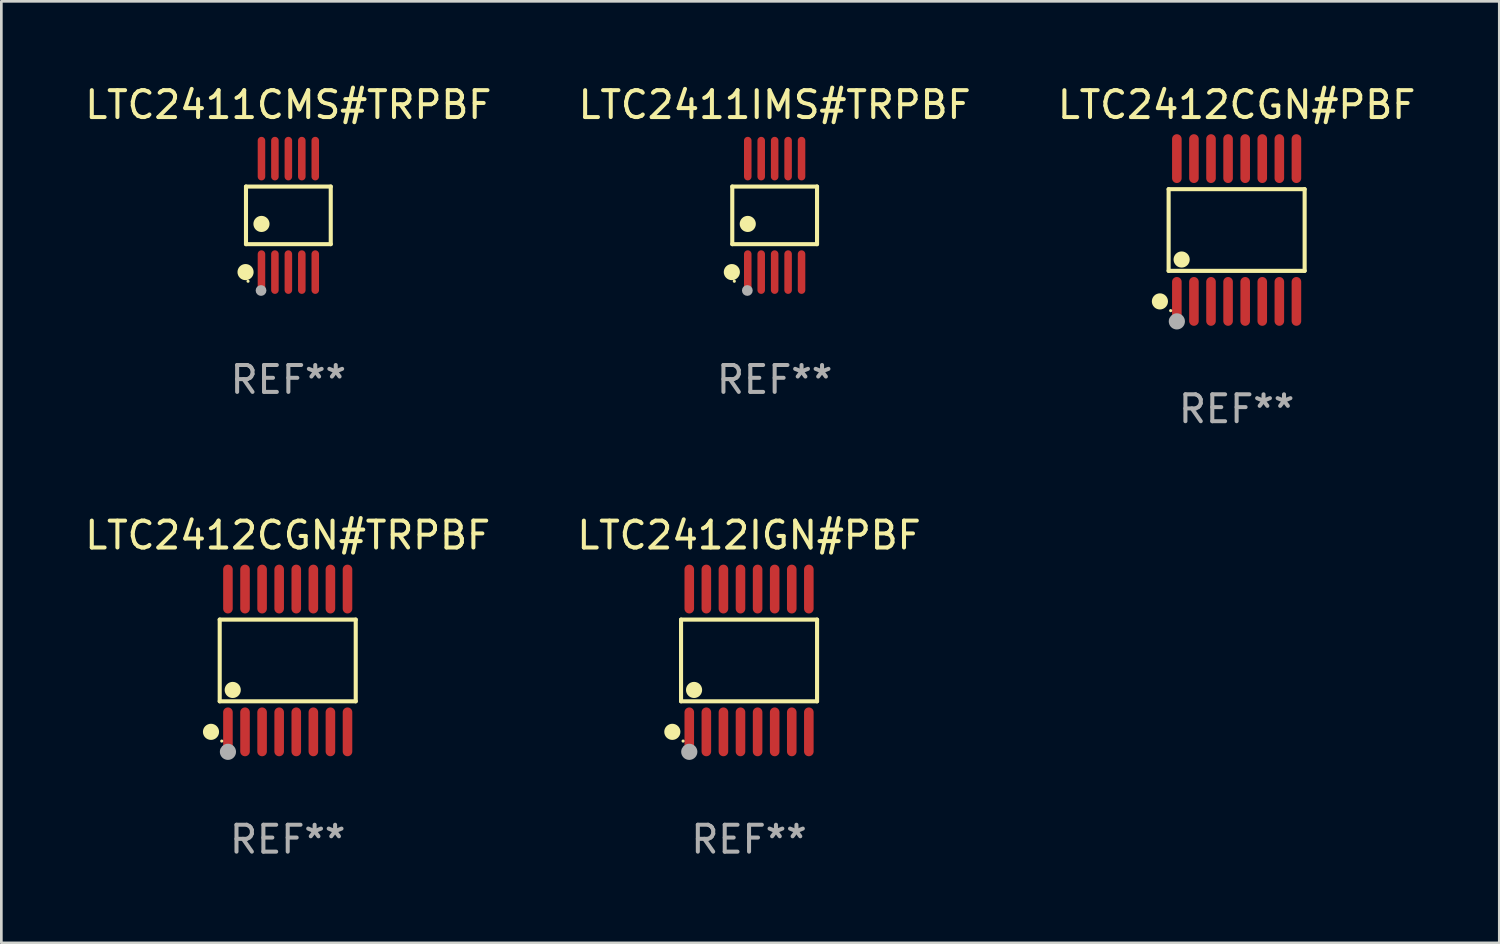
<source format=kicad_pcb>
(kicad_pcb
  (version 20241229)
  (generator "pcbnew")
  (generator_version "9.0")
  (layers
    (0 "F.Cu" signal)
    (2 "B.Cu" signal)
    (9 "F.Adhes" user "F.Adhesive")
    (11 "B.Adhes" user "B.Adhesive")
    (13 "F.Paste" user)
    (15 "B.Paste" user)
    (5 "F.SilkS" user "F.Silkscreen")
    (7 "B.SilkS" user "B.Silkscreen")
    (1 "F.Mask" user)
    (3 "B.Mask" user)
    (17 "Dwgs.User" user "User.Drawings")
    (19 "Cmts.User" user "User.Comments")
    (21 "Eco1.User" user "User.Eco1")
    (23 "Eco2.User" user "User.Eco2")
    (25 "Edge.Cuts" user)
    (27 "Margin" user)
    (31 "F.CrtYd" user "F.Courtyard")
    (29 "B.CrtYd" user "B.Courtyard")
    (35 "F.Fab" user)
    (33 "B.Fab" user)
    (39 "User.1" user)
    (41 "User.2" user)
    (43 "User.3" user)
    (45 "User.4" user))
  (footprint "LTC2412IGN#PBF"
    (layer "F.Cu")
    (at 24.804 21.509)
    (property "Reference" "LTC2412IGN#PBF" (at 0 -4.655 0) (layer "F.SilkS") (effects (font (size 1 1) (thickness 0.15))))
    (attr through_hole)
    (fp_line (start -2.529 -1.519) (end 2.529 -1.519) (stroke (width 0.152) (type solid)) (layer "F.SilkS"))
    (fp_line (start -2.529 1.519) (end -2.529 -1.519) (stroke (width 0.152) (type solid)) (layer "F.SilkS"))
    (fp_line (start 2.529 -1.519) (end 2.529 1.519) (stroke (width 0.152) (type solid)) (layer "F.SilkS"))
    (fp_line (start 2.529 1.519) (end -2.529 1.519) (stroke (width 0.152) (type solid)) (layer "F.SilkS"))
    (fp_circle (center -2.853 2.655) (end -2.703 2.655) (stroke (width 0.3) (type solid)) (fill no) (layer "F.SilkS"))
    (fp_circle (center -2.453 2.998) (end -2.423 2.998) (stroke (width 0.06) (type solid)) (fill no) (layer "F.SilkS"))
    (fp_circle (center -2.045 1.097) (end -1.895 1.097) (stroke (width 0.3) (type solid)) (fill no) (layer "F.SilkS"))
    (fp_circle (center -2.223 3.398) (end -2.072 3.398) (stroke (width 0.3) (type solid)) (fill no) (layer "F.Fab"))
    (fp_text user "REF**" (at 0 6.655 0) (layer "F.Fab") (effects (font (size 1 1) (thickness 0.15))))
    (pad "1" smd oval (at -2.223 2.655) (size 0.356 1.815) (layers "F.Cu" "F.Mask" "F.Paste"))
    (pad "2" smd oval (at -1.588 2.655) (size 0.356 1.815) (layers "F.Cu" "F.Mask" "F.Paste"))
    (pad "3" smd oval (at -0.953 2.655) (size 0.356 1.815) (layers "F.Cu" "F.Mask" "F.Paste"))
    (pad "4" smd oval (at -0.318 2.655) (size 0.356 1.815) (layers "F.Cu" "F.Mask" "F.Paste"))
    (pad "5" smd oval (at 0.318 2.655) (size 0.356 1.815) (layers "F.Cu" "F.Mask" "F.Paste"))
    (pad "6" smd oval (at 0.953 2.655) (size 0.356 1.815) (layers "F.Cu" "F.Mask" "F.Paste"))
    (pad "7" smd oval (at 1.588 2.655) (size 0.356 1.815) (layers "F.Cu" "F.Mask" "F.Paste"))
    (pad "8" smd oval (at 2.223 2.655) (size 0.356 1.815) (layers "F.Cu" "F.Mask" "F.Paste"))
    (pad "9" smd oval (at 2.223 -2.655) (size 0.356 1.815) (layers "F.Cu" "F.Mask" "F.Paste"))
    (pad "10" smd oval (at 1.588 -2.655) (size 0.356 1.815) (layers "F.Cu" "F.Mask" "F.Paste"))
    (pad "11" smd oval (at 0.953 -2.655) (size 0.356 1.815) (layers "F.Cu" "F.Mask" "F.Paste"))
    (pad "12" smd oval (at 0.318 -2.655) (size 0.356 1.815) (layers "F.Cu" "F.Mask" "F.Paste"))
    (pad "13" smd oval (at -0.318 -2.655) (size 0.356 1.815) (layers "F.Cu" "F.Mask" "F.Paste"))
    (pad "14" smd oval (at -0.953 -2.655) (size 0.356 1.815) (layers "F.Cu" "F.Mask" "F.Paste"))
    (pad "15" smd oval (at -1.588 -2.655) (size 0.356 1.815) (layers "F.Cu" "F.Mask" "F.Paste"))
    (pad "16" smd oval (at -2.223 -2.655) (size 0.356 1.815) (layers "F.Cu" "F.Mask" "F.Paste")))
  (footprint "LTC2412CGN#TRPBF"
    (layer "F.Cu")
    (at 7.649 21.509)
    (property "Reference" "LTC2412CGN#TRPBF" (at 0 -4.655 0) (layer "F.SilkS") (effects (font (size 1 1) (thickness 0.15))))
    (attr through_hole)
    (fp_line (start -2.529 -1.519) (end 2.529 -1.519) (stroke (width 0.152) (type solid)) (layer "F.SilkS"))
    (fp_line (start -2.529 1.519) (end -2.529 -1.519) (stroke (width 0.152) (type solid)) (layer "F.SilkS"))
    (fp_line (start 2.529 -1.519) (end 2.529 1.519) (stroke (width 0.152) (type solid)) (layer "F.SilkS"))
    (fp_line (start 2.529 1.519) (end -2.529 1.519) (stroke (width 0.152) (type solid)) (layer "F.SilkS"))
    (fp_circle (center -2.853 2.655) (end -2.703 2.655) (stroke (width 0.3) (type solid)) (fill no) (layer "F.SilkS"))
    (fp_circle (center -2.453 2.998) (end -2.423 2.998) (stroke (width 0.06) (type solid)) (fill no) (layer "F.SilkS"))
    (fp_circle (center -2.045 1.097) (end -1.895 1.097) (stroke (width 0.3) (type solid)) (fill no) (layer "F.SilkS"))
    (fp_circle (center -2.223 3.398) (end -2.072 3.398) (stroke (width 0.3) (type solid)) (fill no) (layer "F.Fab"))
    (fp_text user "REF**" (at 0 6.655 0) (layer "F.Fab") (effects (font (size 1 1) (thickness 0.15))))
    (pad "1" smd oval (at -2.223 2.655) (size 0.356 1.815) (layers "F.Cu" "F.Mask" "F.Paste"))
    (pad "2" smd oval (at -1.588 2.655) (size 0.356 1.815) (layers "F.Cu" "F.Mask" "F.Paste"))
    (pad "3" smd oval (at -0.953 2.655) (size 0.356 1.815) (layers "F.Cu" "F.Mask" "F.Paste"))
    (pad "4" smd oval (at -0.318 2.655) (size 0.356 1.815) (layers "F.Cu" "F.Mask" "F.Paste"))
    (pad "5" smd oval (at 0.318 2.655) (size 0.356 1.815) (layers "F.Cu" "F.Mask" "F.Paste"))
    (pad "6" smd oval (at 0.953 2.655) (size 0.356 1.815) (layers "F.Cu" "F.Mask" "F.Paste"))
    (pad "7" smd oval (at 1.588 2.655) (size 0.356 1.815) (layers "F.Cu" "F.Mask" "F.Paste"))
    (pad "8" smd oval (at 2.223 2.655) (size 0.356 1.815) (layers "F.Cu" "F.Mask" "F.Paste"))
    (pad "9" smd oval (at 2.223 -2.655) (size 0.356 1.815) (layers "F.Cu" "F.Mask" "F.Paste"))
    (pad "10" smd oval (at 1.588 -2.655) (size 0.356 1.815) (layers "F.Cu" "F.Mask" "F.Paste"))
    (pad "11" smd oval (at 0.953 -2.655) (size 0.356 1.815) (layers "F.Cu" "F.Mask" "F.Paste"))
    (pad "12" smd oval (at 0.318 -2.655) (size 0.356 1.815) (layers "F.Cu" "F.Mask" "F.Paste"))
    (pad "13" smd oval (at -0.318 -2.655) (size 0.356 1.815) (layers "F.Cu" "F.Mask" "F.Paste"))
    (pad "14" smd oval (at -0.953 -2.655) (size 0.356 1.815) (layers "F.Cu" "F.Mask" "F.Paste"))
    (pad "15" smd oval (at -1.588 -2.655) (size 0.356 1.815) (layers "F.Cu" "F.Mask" "F.Paste"))
    (pad "16" smd oval (at -2.223 -2.655) (size 0.356 1.815) (layers "F.Cu" "F.Mask" "F.Paste")))
  (footprint "LTC2411CMS#TRPBF"
    (layer "F.Cu")
    (at 7.673 4.958)
    (property "Reference" "LTC2411CMS#TRPBF" (at 0 -4.11 0) (layer "F.SilkS") (effects (font (size 1 1) (thickness 0.15))))
    (attr through_hole)
    (fp_line (start -1.576 -1.071) (end 1.576 -1.071) (stroke (width 0.152) (type solid)) (layer "F.SilkS"))
    (fp_line (start -1.576 1.071) (end -1.576 -1.071) (stroke (width 0.152) (type solid)) (layer "F.SilkS"))
    (fp_line (start 1.576 -1.071) (end 1.576 1.071) (stroke (width 0.152) (type solid)) (layer "F.SilkS"))
    (fp_line (start 1.576 1.071) (end -1.576 1.071) (stroke (width 0.152) (type solid)) (layer "F.SilkS"))
    (fp_circle (center -1.592 2.11) (end -1.442 2.11) (stroke (width 0.3) (type solid)) (fill no) (layer "F.SilkS"))
    (fp_circle (center -1.5 2.45) (end -1.47 2.45) (stroke (width 0.06) (type solid)) (fill no) (layer "F.SilkS"))
    (fp_circle (center -1 0.319) (end -0.85 0.319) (stroke (width 0.3) (type solid)) (fill no) (layer "F.SilkS"))
    (fp_circle (center -1.016 2.794) (end -0.916 2.794) (stroke (width 0.2) (type solid)) (fill no) (layer "F.Fab"))
    (fp_text user "REF**" (at 0 6.11 0) (layer "F.Fab") (effects (font (size 1 1) (thickness 0.15))))
    (pad "1" smd oval (at -1 2.11) (size 0.28 1.62) (layers "F.Cu" "F.Mask" "F.Paste"))
    (pad "2" smd oval (at -0.5 2.11) (size 0.28 1.62) (layers "F.Cu" "F.Mask" "F.Paste"))
    (pad "3" smd oval (at 0 2.11) (size 0.28 1.62) (layers "F.Cu" "F.Mask" "F.Paste"))
    (pad "4" smd oval (at 0.5 2.11) (size 0.28 1.62) (layers "F.Cu" "F.Mask" "F.Paste"))
    (pad "5" smd oval (at 1 2.11) (size 0.28 1.62) (layers "F.Cu" "F.Mask" "F.Paste"))
    (pad "6" smd oval (at 1 -2.11) (size 0.28 1.62) (layers "F.Cu" "F.Mask" "F.Paste"))
    (pad "7" smd oval (at 0.5 -2.11) (size 0.28 1.62) (layers "F.Cu" "F.Mask" "F.Paste"))
    (pad "8" smd oval (at 0 -2.11) (size 0.28 1.62) (layers "F.Cu" "F.Mask" "F.Paste"))
    (pad "9" smd oval (at -0.5 -2.11) (size 0.28 1.62) (layers "F.Cu" "F.Mask" "F.Paste"))
    (pad "10" smd oval (at -1 -2.11) (size 0.28 1.62) (layers "F.Cu" "F.Mask" "F.Paste")))
  (footprint "LTC2411IMS#TRPBF"
    (layer "F.Cu")
    (at 25.756 4.958)
    (property "Reference" "LTC2411IMS#TRPBF" (at 0 -4.11 0) (layer "F.SilkS") (effects (font (size 1 1) (thickness 0.15))))
    (attr through_hole)
    (fp_line (start -1.576 -1.071) (end 1.576 -1.071) (stroke (width 0.152) (type solid)) (layer "F.SilkS"))
    (fp_line (start -1.576 1.071) (end -1.576 -1.071) (stroke (width 0.152) (type solid)) (layer "F.SilkS"))
    (fp_line (start 1.576 -1.071) (end 1.576 1.071) (stroke (width 0.152) (type solid)) (layer "F.SilkS"))
    (fp_line (start 1.576 1.071) (end -1.576 1.071) (stroke (width 0.152) (type solid)) (layer "F.SilkS"))
    (fp_circle (center -1.592 2.11) (end -1.442 2.11) (stroke (width 0.3) (type solid)) (fill no) (layer "F.SilkS"))
    (fp_circle (center -1.5 2.45) (end -1.47 2.45) (stroke (width 0.06) (type solid)) (fill no) (layer "F.SilkS"))
    (fp_circle (center -1 0.319) (end -0.85 0.319) (stroke (width 0.3) (type solid)) (fill no) (layer "F.SilkS"))
    (fp_circle (center -1.016 2.794) (end -0.916 2.794) (stroke (width 0.2) (type solid)) (fill no) (layer "F.Fab"))
    (fp_text user "REF**" (at 0 6.11 0) (layer "F.Fab") (effects (font (size 1 1) (thickness 0.15))))
    (pad "1" smd oval (at -1 2.11) (size 0.28 1.62) (layers "F.Cu" "F.Mask" "F.Paste"))
    (pad "2" smd oval (at -0.5 2.11) (size 0.28 1.62) (layers "F.Cu" "F.Mask" "F.Paste"))
    (pad "3" smd oval (at 0 2.11) (size 0.28 1.62) (layers "F.Cu" "F.Mask" "F.Paste"))
    (pad "4" smd oval (at 0.5 2.11) (size 0.28 1.62) (layers "F.Cu" "F.Mask" "F.Paste"))
    (pad "5" smd oval (at 1 2.11) (size 0.28 1.62) (layers "F.Cu" "F.Mask" "F.Paste"))
    (pad "6" smd oval (at 1 -2.11) (size 0.28 1.62) (layers "F.Cu" "F.Mask" "F.Paste"))
    (pad "7" smd oval (at 0.5 -2.11) (size 0.28 1.62) (layers "F.Cu" "F.Mask" "F.Paste"))
    (pad "8" smd oval (at 0 -2.11) (size 0.28 1.62) (layers "F.Cu" "F.Mask" "F.Paste"))
    (pad "9" smd oval (at -0.5 -2.11) (size 0.28 1.62) (layers "F.Cu" "F.Mask" "F.Paste"))
    (pad "10" smd oval (at -1 -2.11) (size 0.28 1.62) (layers "F.Cu" "F.Mask" "F.Paste")))
  (footprint "LTC2412CGN#PBF"
    (layer "F.Cu")
    (at 42.935 5.503)
    (property "Reference" "LTC2412CGN#PBF" (at 0 -4.655 0) (layer "F.SilkS") (effects (font (size 1 1) (thickness 0.15))))
    (attr through_hole)
    (fp_line (start -2.529 -1.519) (end 2.529 -1.519) (stroke (width 0.152) (type solid)) (layer "F.SilkS"))
    (fp_line (start -2.529 1.519) (end -2.529 -1.519) (stroke (width 0.152) (type solid)) (layer "F.SilkS"))
    (fp_line (start 2.529 -1.519) (end 2.529 1.519) (stroke (width 0.152) (type solid)) (layer "F.SilkS"))
    (fp_line (start 2.529 1.519) (end -2.529 1.519) (stroke (width 0.152) (type solid)) (layer "F.SilkS"))
    (fp_circle (center -2.853 2.655) (end -2.703 2.655) (stroke (width 0.3) (type solid)) (fill no) (layer "F.SilkS"))
    (fp_circle (center -2.453 2.998) (end -2.423 2.998) (stroke (width 0.06) (type solid)) (fill no) (layer "F.SilkS"))
    (fp_circle (center -2.045 1.097) (end -1.895 1.097) (stroke (width 0.3) (type solid)) (fill no) (layer "F.SilkS"))
    (fp_circle (center -2.223 3.398) (end -2.072 3.398) (stroke (width 0.3) (type solid)) (fill no) (layer "F.Fab"))
    (fp_text user "REF**" (at 0 6.655 0) (layer "F.Fab") (effects (font (size 1 1) (thickness 0.15))))
    (pad "1" smd oval (at -2.223 2.655) (size 0.356 1.815) (layers "F.Cu" "F.Mask" "F.Paste"))
    (pad "2" smd oval (at -1.588 2.655) (size 0.356 1.815) (layers "F.Cu" "F.Mask" "F.Paste"))
    (pad "3" smd oval (at -0.953 2.655) (size 0.356 1.815) (layers "F.Cu" "F.Mask" "F.Paste"))
    (pad "4" smd oval (at -0.318 2.655) (size 0.356 1.815) (layers "F.Cu" "F.Mask" "F.Paste"))
    (pad "5" smd oval (at 0.318 2.655) (size 0.356 1.815) (layers "F.Cu" "F.Mask" "F.Paste"))
    (pad "6" smd oval (at 0.953 2.655) (size 0.356 1.815) (layers "F.Cu" "F.Mask" "F.Paste"))
    (pad "7" smd oval (at 1.588 2.655) (size 0.356 1.815) (layers "F.Cu" "F.Mask" "F.Paste"))
    (pad "8" smd oval (at 2.223 2.655) (size 0.356 1.815) (layers "F.Cu" "F.Mask" "F.Paste"))
    (pad "9" smd oval (at 2.223 -2.655) (size 0.356 1.815) (layers "F.Cu" "F.Mask" "F.Paste"))
    (pad "10" smd oval (at 1.588 -2.655) (size 0.356 1.815) (layers "F.Cu" "F.Mask" "F.Paste"))
    (pad "11" smd oval (at 0.953 -2.655) (size 0.356 1.815) (layers "F.Cu" "F.Mask" "F.Paste"))
    (pad "12" smd oval (at 0.318 -2.655) (size 0.356 1.815) (layers "F.Cu" "F.Mask" "F.Paste"))
    (pad "13" smd oval (at -0.318 -2.655) (size 0.356 1.815) (layers "F.Cu" "F.Mask" "F.Paste"))
    (pad "14" smd oval (at -0.953 -2.655) (size 0.356 1.815) (layers "F.Cu" "F.Mask" "F.Paste"))
    (pad "15" smd oval (at -1.588 -2.655) (size 0.356 1.815) (layers "F.Cu" "F.Mask" "F.Paste"))
    (pad "16" smd oval (at -2.223 -2.655) (size 0.356 1.815) (layers "F.Cu" "F.Mask" "F.Paste")))
  (gr_rect
    (start -3 -3)
    (end 52.702 32.012)
    (stroke (width 0.1) (type default))
    (fill no)
    (layer "Edge.Cuts")))
</source>
